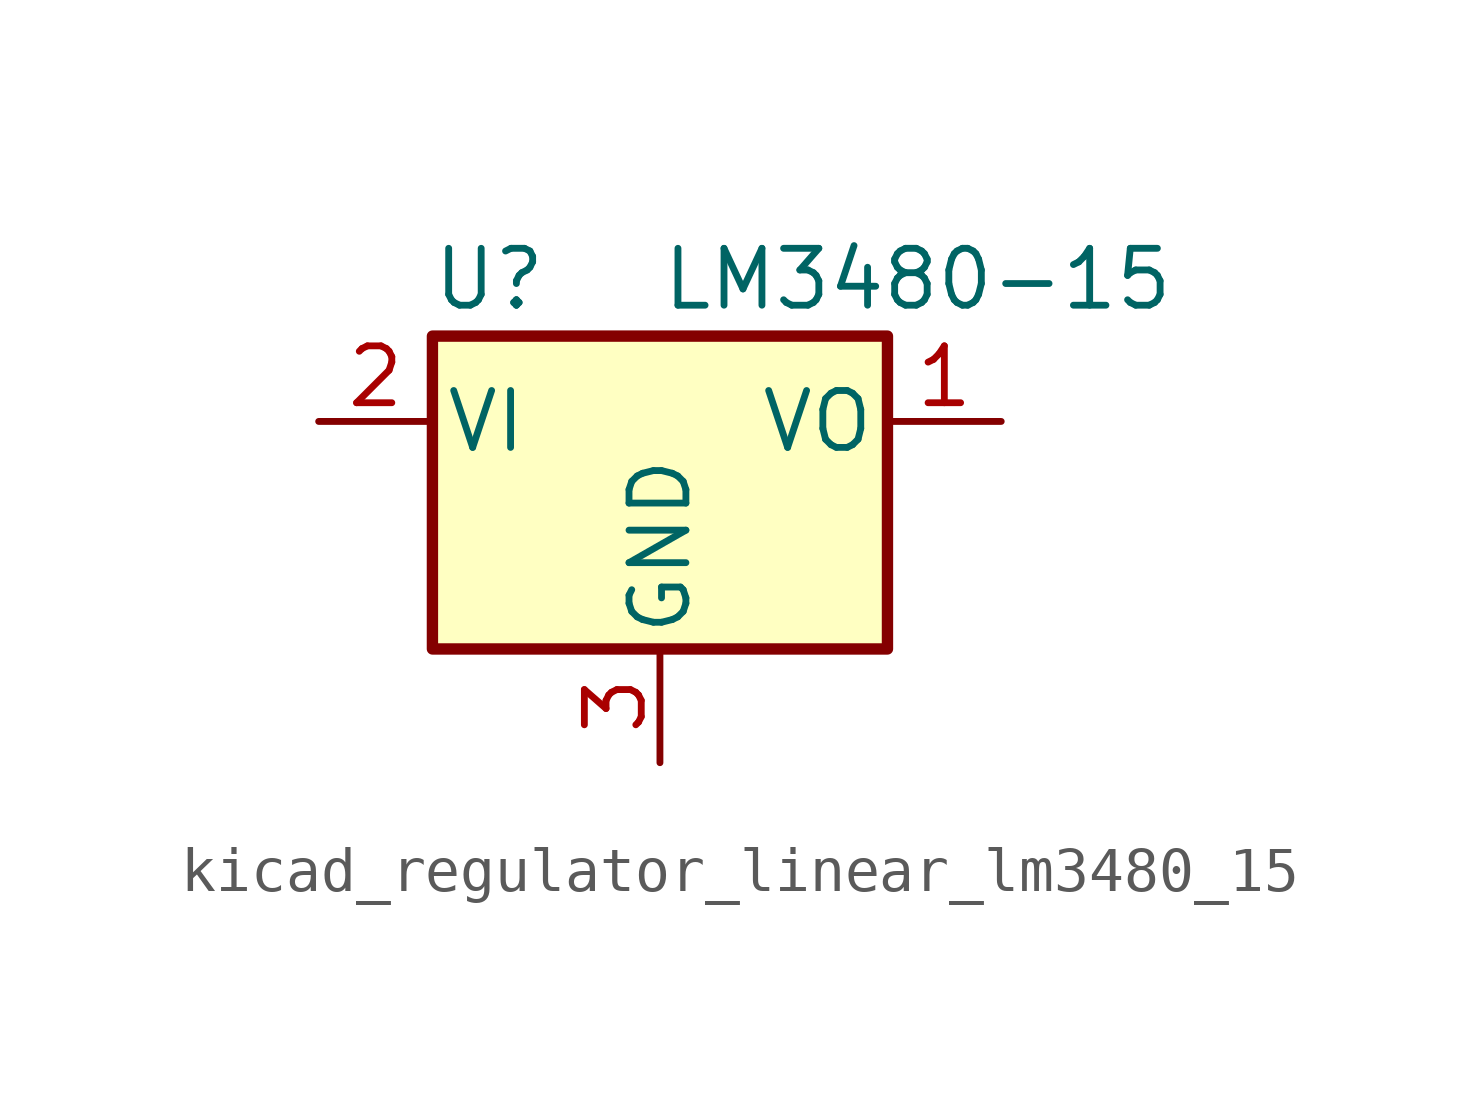
<source format=kicad_sym>
(kicad_symbol_lib
  (version 20220914)
  (generator kicad_symbol_editor)
  (symbol "kicad_regulator_linear_lm3480_15"
    (pin_names
      (offset 0.254))
    (property "Reference" "U"
      (at -3.81 3.175 0)
      (effects (font (size 1.27 1.27))))
    (property "Value" "LM3480-15"
      (at 0 3.175 0)
      (effects (font (size 1.27 1.27)) (justify left)))
    (symbol "kicad_regulator_linear_lm3480_15_0_1"
      (rectangle (start -5.08 1.905) (end 5.08 -5.08) (stroke (width 0.254) (type default)) (fill (type background))))
    (symbol "kicad_regulator_linear_lm3480_15_1_1"
      (pin power_out line (at 7.62 0 180) (length 2.54) (name "VO" (effects (font (size 1.27 1.27)))) (number "1" (effects (font (size 1.27 1.27)))))
      (pin power_in line (at -7.62 0 0) (length 2.54) (name "VI" (effects (font (size 1.27 1.27)))) (number "2" (effects (font (size 1.27 1.27)))))
      (pin power_in line (at 0 -7.62 90) (length 2.54) (name "GND" (effects (font (size 1.27 1.27)))) (number "3" (effects (font (size 1.27 1.27))))))))
</source>
